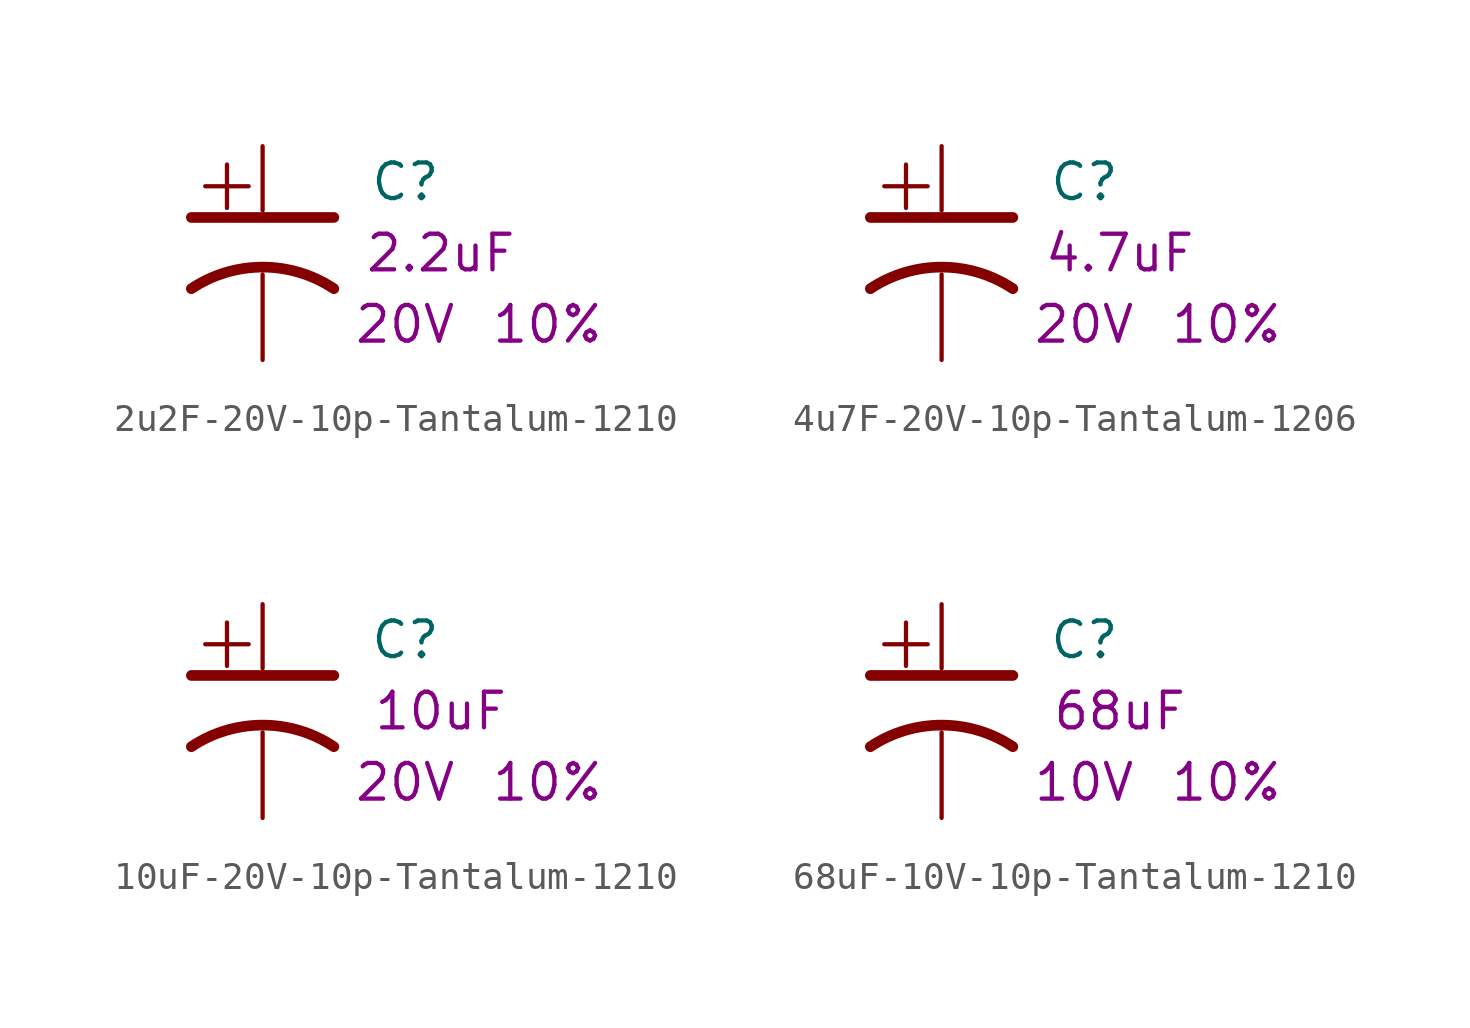
<source format=kicad_sym>
(kicad_symbol_lib
  (version 20211014)
  (generator kicad_symbol_editor)
  (symbol "2u2F-20V-10p-Tantalum-1210"
    (pin_numbers hide)
    (pin_names
      (offset 0.254) hide)
    (property "Reference" "C"
      (at 3.81 -1.27 0)
      (effects (font (size 1.27 1.27)) (justify left)))
    (property "Desc1" "2.2uF"
      (at 6.35 -3.81 0)
      (effects (font (size 1.27 1.27))))
    (property "Desc2" "20V"
      (at 5.08 -6.35 0)
      (effects (font (size 1.27 1.27))))
    (property "Desc3" "10%"
      (at 10.16 -6.35 0)
      (effects (font (size 1.27 1.27))))
    (symbol "2u2F-20V-10p-Tantalum-1210_0_0"
      (text "+" (at -1.27 -1.27 0) (effects (font (size 2.032 2.032)))))
    (symbol "2u2F-20V-10p-Tantalum-1210_0_1"
      (polyline (pts (xy -2.54 -2.54) (xy 2.54 -2.54) (xy 1.27 -2.54) (xy 1.27 -2.54)) (stroke (width 0.381) (type default) (color 0 0 0 0)) (fill (type none)))
      (arc (start 2.54 -5.08) (mid 0 -4.3109) (end -2.54 -5.08) (stroke (width 0.381) (type default) (color 0 0 0 0)) (fill (type none))))
    (symbol "2u2F-20V-10p-Tantalum-1210_1_1"
      (pin passive line (at 0 0 270) (length 2.286) (name "~" (effects (font (size 1.016 1.016)))) (number "1" (effects (font (size 1.016 1.016)))))
      (pin passive line (at 0 -7.62 90) (length 3.048) (name "~" (effects (font (size 1.016 1.016)))) (number "2" (effects (font (size 1.016 1.016)))))))
  (symbol "4u7F-20V-10p-Tantalum-1206"
    (pin_numbers hide)
    (pin_names
      (offset 0.254) hide)
    (property "Reference" "C"
      (at 3.81 -1.27 0)
      (effects (font (size 1.27 1.27)) (justify left)))
    (property "Desc1" "4.7uF"
      (at 6.35 -3.81 0)
      (effects (font (size 1.27 1.27))))
    (property "Desc2" "20V"
      (at 5.08 -6.35 0)
      (effects (font (size 1.27 1.27))))
    (property "Desc3" "10%"
      (at 10.16 -6.35 0)
      (effects (font (size 1.27 1.27))))
    (symbol "4u7F-20V-10p-Tantalum-1206_0_0"
      (text "+" (at -1.27 -1.27 0) (effects (font (size 2.032 2.032)))))
    (symbol "4u7F-20V-10p-Tantalum-1206_0_1"
      (polyline (pts (xy -2.54 -2.54) (xy 2.54 -2.54) (xy 1.27 -2.54) (xy 1.27 -2.54)) (stroke (width 0.381) (type default) (color 0 0 0 0)) (fill (type none)))
      (arc (start 2.54 -5.08) (mid 0 -4.3109) (end -2.54 -5.08) (stroke (width 0.381) (type default) (color 0 0 0 0)) (fill (type none))))
    (symbol "4u7F-20V-10p-Tantalum-1206_1_1"
      (pin passive line (at 0 0 270) (length 2.286) (name "~" (effects (font (size 1.016 1.016)))) (number "1" (effects (font (size 1.016 1.016)))))
      (pin passive line (at 0 -7.62 90) (length 3.048) (name "~" (effects (font (size 1.016 1.016)))) (number "2" (effects (font (size 1.016 1.016)))))))
  (symbol "10uF-20V-10p-Tantalum-1210"
    (pin_numbers hide)
    (pin_names
      (offset 0.254) hide)
    (property "Reference" "C"
      (at 3.81 -1.27 0)
      (effects (font (size 1.27 1.27)) (justify left)))
    (property "Desc1" "10uF"
      (at 6.35 -3.81 0)
      (effects (font (size 1.27 1.27))))
    (property "Desc2" "20V"
      (at 5.08 -6.35 0)
      (effects (font (size 1.27 1.27))))
    (property "Desc3" "10%"
      (at 10.16 -6.35 0)
      (effects (font (size 1.27 1.27))))
    (symbol "10uF-20V-10p-Tantalum-1210_0_0"
      (text "+" (at -1.27 -1.27 0) (effects (font (size 2.032 2.032)))))
    (symbol "10uF-20V-10p-Tantalum-1210_0_1"
      (polyline (pts (xy -2.54 -2.54) (xy 2.54 -2.54) (xy 1.27 -2.54) (xy 1.27 -2.54)) (stroke (width 0.381) (type default) (color 0 0 0 0)) (fill (type none)))
      (arc (start 2.54 -5.08) (mid 0 -4.3109) (end -2.54 -5.08) (stroke (width 0.381) (type default) (color 0 0 0 0)) (fill (type none))))
    (symbol "10uF-20V-10p-Tantalum-1210_1_1"
      (pin passive line (at 0 0 270) (length 2.286) (name "~" (effects (font (size 1.016 1.016)))) (number "1" (effects (font (size 1.016 1.016)))))
      (pin passive line (at 0 -7.62 90) (length 3.048) (name "~" (effects (font (size 1.016 1.016)))) (number "2" (effects (font (size 1.016 1.016)))))))
  (symbol "68uF-10V-10p-Tantalum-1210"
    (pin_numbers hide)
    (pin_names
      (offset 0.254) hide)
    (property "Reference" "C"
      (at 3.81 -1.27 0)
      (effects (font (size 1.27 1.27)) (justify left)))
    (property "Desc1" "68uF"
      (at 6.35 -3.81 0)
      (effects (font (size 1.27 1.27))))
    (property "Desc2" "10V"
      (at 5.08 -6.35 0)
      (effects (font (size 1.27 1.27))))
    (property "Desc3" "10%"
      (at 10.16 -6.35 0)
      (effects (font (size 1.27 1.27))))
    (symbol "68uF-10V-10p-Tantalum-1210_0_0"
      (text "+" (at -1.27 -1.27 0) (effects (font (size 2.032 2.032)))))
    (symbol "68uF-10V-10p-Tantalum-1210_0_1"
      (polyline (pts (xy -2.54 -2.54) (xy 2.54 -2.54) (xy 1.27 -2.54) (xy 1.27 -2.54)) (stroke (width 0.381) (type default) (color 0 0 0 0)) (fill (type none)))
      (arc (start 2.54 -5.08) (mid 0 -4.3109) (end -2.54 -5.08) (stroke (width 0.381) (type default) (color 0 0 0 0)) (fill (type none))))
    (symbol "68uF-10V-10p-Tantalum-1210_1_1"
      (pin passive line (at 0 0 270) (length 2.286) (name "~" (effects (font (size 1.016 1.016)))) (number "1" (effects (font (size 1.016 1.016)))))
      (pin passive line (at 0 -7.62 90) (length 3.048) (name "~" (effects (font (size 1.016 1.016)))) (number "2" (effects (font (size 1.016 1.016))))))))
</source>
